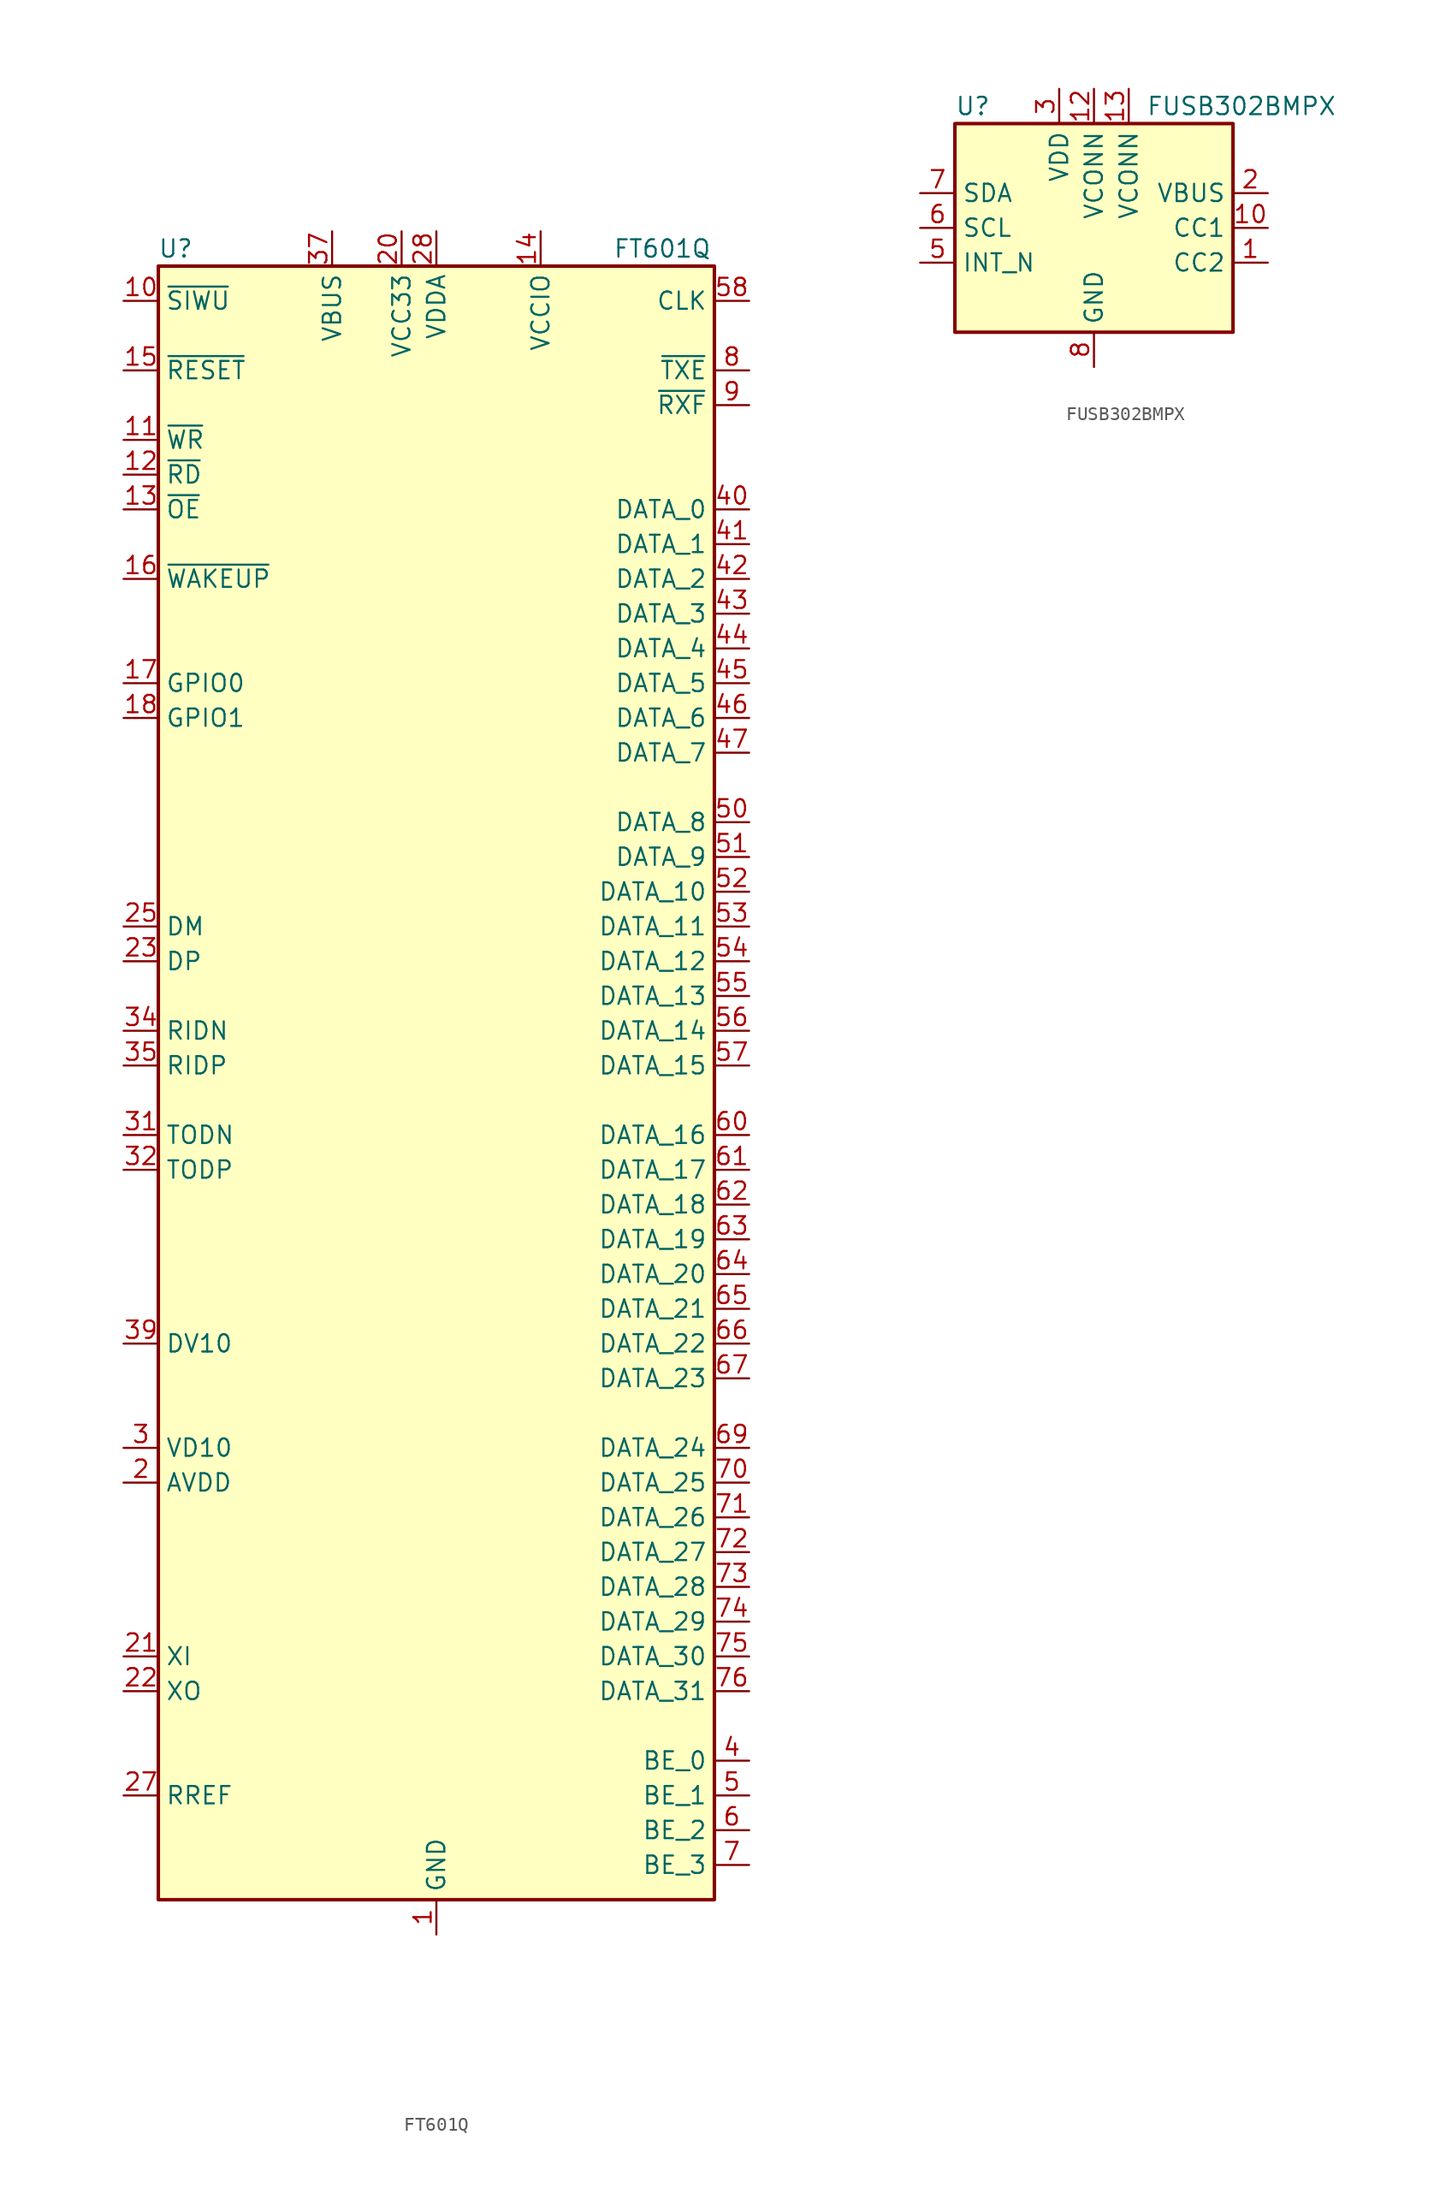
<source format=kicad_sym>
(kicad_symbol_lib
  (version 20220914)
  (generator kicad_symbol_editor)
  (symbol "FT601Q"
    (property "Reference" "U"
      (at -19.05 62.23 0)
      (effects (font (size 1.27 1.27))))
    (property "Value" "FT601Q"
      (at 16.51 62.23 0)
      (effects (font (size 1.27 1.27))))
    (symbol "FT601Q_0_1"
      (rectangle (start -20.32 60.96) (end 20.32 -58.42) (stroke (width 0.254) (type default)) (fill (type background))))
    (symbol "FT601Q_1_1"
      (pin power_in line (at 0 -60.96 90) (length 2.54) (name "GND" (effects (font (size 1.27 1.27)))) (number "1" (effects (font (size 1.27 1.27)))))
      (pin input line (at -22.86 58.42 0) (length 2.54) (name "~{SIWU}" (effects (font (size 1.27 1.27)))) (number "10" (effects (font (size 1.27 1.27)))))
      (pin input line (at -22.86 48.26 0) (length 2.54) (name "~{WR}" (effects (font (size 1.27 1.27)))) (number "11" (effects (font (size 1.27 1.27)))))
      (pin input line (at -22.86 45.72 0) (length 2.54) (name "~{RD}" (effects (font (size 1.27 1.27)))) (number "12" (effects (font (size 1.27 1.27)))))
      (pin input line (at -22.86 43.18 0) (length 2.54) (name "~{OE}" (effects (font (size 1.27 1.27)))) (number "13" (effects (font (size 1.27 1.27)))))
      (pin power_in line (at 7.62 63.5 270) (length 2.54) (name "VCCIO" (effects (font (size 1.27 1.27)))) (number "14" (effects (font (size 1.27 1.27)))))
      (pin input line (at -22.86 53.34 0) (length 2.54) (name "~{RESET}" (effects (font (size 1.27 1.27)))) (number "15" (effects (font (size 1.27 1.27)))))
      (pin bidirectional line (at -22.86 38.1 0) (length 2.54) (name "~{WAKEUP}" (effects (font (size 1.27 1.27)))) (number "16" (effects (font (size 1.27 1.27)))))
      (pin bidirectional line (at -22.86 30.48 0) (length 2.54) (name "GPIO0" (effects (font (size 1.27 1.27)))) (number "17" (effects (font (size 1.27 1.27)))))
      (pin bidirectional line (at -22.86 27.94 0) (length 2.54) (name "GPIO1" (effects (font (size 1.27 1.27)))) (number "18" (effects (font (size 1.27 1.27)))))
      (pin no_connect line (at -20.32 -48.26 0) (length 2.54) hide (name "Reserved" (effects (font (size 1.27 1.27)))) (number "19" (effects (font (size 1.27 1.27)))))
      (pin power_in line (at -22.86 -27.94 0) (length 2.54) (name "AVDD" (effects (font (size 1.27 1.27)))) (number "2" (effects (font (size 1.27 1.27)))))
      (pin power_in line (at -2.54 63.5 270) (length 2.54) (name "VCC33" (effects (font (size 1.27 1.27)))) (number "20" (effects (font (size 1.27 1.27)))))
      (pin input line (at -22.86 -40.64 0) (length 2.54) (name "XI" (effects (font (size 1.27 1.27)))) (number "21" (effects (font (size 1.27 1.27)))))
      (pin output line (at -22.86 -43.18 0) (length 2.54) (name "XO" (effects (font (size 1.27 1.27)))) (number "22" (effects (font (size 1.27 1.27)))))
      (pin bidirectional line (at -22.86 10.16 0) (length 2.54) (name "DP" (effects (font (size 1.27 1.27)))) (number "23" (effects (font (size 1.27 1.27)))))
      (pin passive line (at -2.54 63.5 270) (length 2.54) hide (name "VCC33" (effects (font (size 1.27 1.27)))) (number "24" (effects (font (size 1.27 1.27)))))
      (pin bidirectional line (at -22.86 12.7 0) (length 2.54) (name "DM" (effects (font (size 1.27 1.27)))) (number "25" (effects (font (size 1.27 1.27)))))
      (pin passive line (at 0 -60.96 90) (length 2.54) hide (name "GND" (effects (font (size 1.27 1.27)))) (number "26" (effects (font (size 1.27 1.27)))))
      (pin input line (at -22.86 -50.8 0) (length 2.54) (name "RREF" (effects (font (size 1.27 1.27)))) (number "27" (effects (font (size 1.27 1.27)))))
      (pin power_in line (at 0 63.5 270) (length 2.54) (name "VDDA" (effects (font (size 1.27 1.27)))) (number "28" (effects (font (size 1.27 1.27)))))
      (pin passive line (at 0 -60.96 90) (length 2.54) hide (name "GND" (effects (font (size 1.27 1.27)))) (number "29" (effects (font (size 1.27 1.27)))))
      (pin power_in line (at -22.86 -25.4 0) (length 2.54) (name "VD10" (effects (font (size 1.27 1.27)))) (number "3" (effects (font (size 1.27 1.27)))))
      (pin passive line (at -22.86 -25.4 0) (length 2.54) hide (name "VD10" (effects (font (size 1.27 1.27)))) (number "30" (effects (font (size 1.27 1.27)))))
      (pin output line (at -22.86 -2.54 0) (length 2.54) (name "TODN" (effects (font (size 1.27 1.27)))) (number "31" (effects (font (size 1.27 1.27)))))
      (pin output line (at -22.86 -5.08 0) (length 2.54) (name "TODP" (effects (font (size 1.27 1.27)))) (number "32" (effects (font (size 1.27 1.27)))))
      (pin passive line (at -22.86 -25.4 0) (length 2.54) hide (name "VD10" (effects (font (size 1.27 1.27)))) (number "33" (effects (font (size 1.27 1.27)))))
      (pin input line (at -22.86 5.08 0) (length 2.54) (name "RIDN" (effects (font (size 1.27 1.27)))) (number "34" (effects (font (size 1.27 1.27)))))
      (pin input line (at -22.86 2.54 0) (length 2.54) (name "RIDP" (effects (font (size 1.27 1.27)))) (number "35" (effects (font (size 1.27 1.27)))))
      (pin passive line (at 0 -60.96 90) (length 2.54) hide (name "GND" (effects (font (size 1.27 1.27)))) (number "36" (effects (font (size 1.27 1.27)))))
      (pin power_in line (at -7.62 63.5 270) (length 2.54) (name "VBUS" (effects (font (size 1.27 1.27)))) (number "37" (effects (font (size 1.27 1.27)))))
      (pin passive line (at -2.54 63.5 270) (length 2.54) hide (name "VCC33" (effects (font (size 1.27 1.27)))) (number "38" (effects (font (size 1.27 1.27)))))
      (pin power_out line (at -22.86 -17.78 0) (length 2.54) (name "DV10" (effects (font (size 1.27 1.27)))) (number "39" (effects (font (size 1.27 1.27)))))
      (pin bidirectional line (at 22.86 -48.26 180) (length 2.54) (name "BE_0" (effects (font (size 1.27 1.27)))) (number "4" (effects (font (size 1.27 1.27)))))
      (pin bidirectional line (at 22.86 43.18 180) (length 2.54) (name "DATA_0" (effects (font (size 1.27 1.27)))) (number "40" (effects (font (size 1.27 1.27)))))
      (pin bidirectional line (at 22.86 40.64 180) (length 2.54) (name "DATA_1" (effects (font (size 1.27 1.27)))) (number "41" (effects (font (size 1.27 1.27)))))
      (pin bidirectional line (at 22.86 38.1 180) (length 2.54) (name "DATA_2" (effects (font (size 1.27 1.27)))) (number "42" (effects (font (size 1.27 1.27)))))
      (pin bidirectional line (at 22.86 35.56 180) (length 2.54) (name "DATA_3" (effects (font (size 1.27 1.27)))) (number "43" (effects (font (size 1.27 1.27)))))
      (pin bidirectional line (at 22.86 33.02 180) (length 2.54) (name "DATA_4" (effects (font (size 1.27 1.27)))) (number "44" (effects (font (size 1.27 1.27)))))
      (pin bidirectional line (at 22.86 30.48 180) (length 2.54) (name "DATA_5" (effects (font (size 1.27 1.27)))) (number "45" (effects (font (size 1.27 1.27)))))
      (pin bidirectional line (at 22.86 27.94 180) (length 2.54) (name "DATA_6" (effects (font (size 1.27 1.27)))) (number "46" (effects (font (size 1.27 1.27)))))
      (pin bidirectional line (at 22.86 25.4 180) (length 2.54) (name "DATA_7" (effects (font (size 1.27 1.27)))) (number "47" (effects (font (size 1.27 1.27)))))
      (pin passive line (at -22.86 -25.4 0) (length 2.54) hide (name "VD10" (effects (font (size 1.27 1.27)))) (number "48" (effects (font (size 1.27 1.27)))))
      (pin passive line (at 7.62 63.5 270) (length 2.54) hide (name "VCCIO" (effects (font (size 1.27 1.27)))) (number "49" (effects (font (size 1.27 1.27)))))
      (pin bidirectional line (at 22.86 -50.8 180) (length 2.54) (name "BE_1" (effects (font (size 1.27 1.27)))) (number "5" (effects (font (size 1.27 1.27)))))
      (pin bidirectional line (at 22.86 20.32 180) (length 2.54) (name "DATA_8" (effects (font (size 1.27 1.27)))) (number "50" (effects (font (size 1.27 1.27)))))
      (pin bidirectional line (at 22.86 17.78 180) (length 2.54) (name "DATA_9" (effects (font (size 1.27 1.27)))) (number "51" (effects (font (size 1.27 1.27)))))
      (pin bidirectional line (at 22.86 15.24 180) (length 2.54) (name "DATA_10" (effects (font (size 1.27 1.27)))) (number "52" (effects (font (size 1.27 1.27)))))
      (pin bidirectional line (at 22.86 12.7 180) (length 2.54) (name "DATA_11" (effects (font (size 1.27 1.27)))) (number "53" (effects (font (size 1.27 1.27)))))
      (pin bidirectional line (at 22.86 10.16 180) (length 2.54) (name "DATA_12" (effects (font (size 1.27 1.27)))) (number "54" (effects (font (size 1.27 1.27)))))
      (pin bidirectional line (at 22.86 7.62 180) (length 2.54) (name "DATA_13" (effects (font (size 1.27 1.27)))) (number "55" (effects (font (size 1.27 1.27)))))
      (pin bidirectional line (at 22.86 5.08 180) (length 2.54) (name "DATA_14" (effects (font (size 1.27 1.27)))) (number "56" (effects (font (size 1.27 1.27)))))
      (pin bidirectional line (at 22.86 2.54 180) (length 2.54) (name "DATA_15" (effects (font (size 1.27 1.27)))) (number "57" (effects (font (size 1.27 1.27)))))
      (pin output line (at 22.86 58.42 180) (length 2.54) (name "CLK" (effects (font (size 1.27 1.27)))) (number "58" (effects (font (size 1.27 1.27)))))
      (pin passive line (at 7.62 63.5 270) (length 2.54) hide (name "VCCIO" (effects (font (size 1.27 1.27)))) (number "59" (effects (font (size 1.27 1.27)))))
      (pin bidirectional line (at 22.86 -53.34 180) (length 2.54) (name "BE_2" (effects (font (size 1.27 1.27)))) (number "6" (effects (font (size 1.27 1.27)))))
      (pin bidirectional line (at 22.86 -2.54 180) (length 2.54) (name "DATA_16" (effects (font (size 1.27 1.27)))) (number "60" (effects (font (size 1.27 1.27)))))
      (pin bidirectional line (at 22.86 -5.08 180) (length 2.54) (name "DATA_17" (effects (font (size 1.27 1.27)))) (number "61" (effects (font (size 1.27 1.27)))))
      (pin bidirectional line (at 22.86 -7.62 180) (length 2.54) (name "DATA_18" (effects (font (size 1.27 1.27)))) (number "62" (effects (font (size 1.27 1.27)))))
      (pin bidirectional line (at 22.86 -10.16 180) (length 2.54) (name "DATA_19" (effects (font (size 1.27 1.27)))) (number "63" (effects (font (size 1.27 1.27)))))
      (pin bidirectional line (at 22.86 -12.7 180) (length 2.54) (name "DATA_20" (effects (font (size 1.27 1.27)))) (number "64" (effects (font (size 1.27 1.27)))))
      (pin bidirectional line (at 22.86 -15.24 180) (length 2.54) (name "DATA_21" (effects (font (size 1.27 1.27)))) (number "65" (effects (font (size 1.27 1.27)))))
      (pin bidirectional line (at 22.86 -17.78 180) (length 2.54) (name "DATA_22" (effects (font (size 1.27 1.27)))) (number "66" (effects (font (size 1.27 1.27)))))
      (pin bidirectional line (at 22.86 -20.32 180) (length 2.54) (name "DATA_23" (effects (font (size 1.27 1.27)))) (number "67" (effects (font (size 1.27 1.27)))))
      (pin passive line (at 7.62 63.5 270) (length 2.54) hide (name "VCCIO" (effects (font (size 1.27 1.27)))) (number "68" (effects (font (size 1.27 1.27)))))
      (pin bidirectional line (at 22.86 -25.4 180) (length 2.54) (name "DATA_24" (effects (font (size 1.27 1.27)))) (number "69" (effects (font (size 1.27 1.27)))))
      (pin bidirectional line (at 22.86 -55.88 180) (length 2.54) (name "BE_3" (effects (font (size 1.27 1.27)))) (number "7" (effects (font (size 1.27 1.27)))))
      (pin bidirectional line (at 22.86 -27.94 180) (length 2.54) (name "DATA_25" (effects (font (size 1.27 1.27)))) (number "70" (effects (font (size 1.27 1.27)))))
      (pin bidirectional line (at 22.86 -30.48 180) (length 2.54) (name "DATA_26" (effects (font (size 1.27 1.27)))) (number "71" (effects (font (size 1.27 1.27)))))
      (pin bidirectional line (at 22.86 -33.02 180) (length 2.54) (name "DATA_27" (effects (font (size 1.27 1.27)))) (number "72" (effects (font (size 1.27 1.27)))))
      (pin bidirectional line (at 22.86 -35.56 180) (length 2.54) (name "DATA_28" (effects (font (size 1.27 1.27)))) (number "73" (effects (font (size 1.27 1.27)))))
      (pin bidirectional line (at 22.86 -38.1 180) (length 2.54) (name "DATA_29" (effects (font (size 1.27 1.27)))) (number "74" (effects (font (size 1.27 1.27)))))
      (pin bidirectional line (at 22.86 -40.64 180) (length 2.54) (name "DATA_30" (effects (font (size 1.27 1.27)))) (number "75" (effects (font (size 1.27 1.27)))))
      (pin bidirectional line (at 22.86 -43.18 180) (length 2.54) (name "DATA_31" (effects (font (size 1.27 1.27)))) (number "76" (effects (font (size 1.27 1.27)))))
      (pin passive line (at 0 -60.96 90) (length 2.54) hide (name "GND" (effects (font (size 1.27 1.27)))) (number "77" (effects (font (size 1.27 1.27)))))
      (pin output line (at 22.86 53.34 180) (length 2.54) (name "~{TXE}" (effects (font (size 1.27 1.27)))) (number "8" (effects (font (size 1.27 1.27)))))
      (pin output line (at 22.86 50.8 180) (length 2.54) (name "~{RXF}" (effects (font (size 1.27 1.27)))) (number "9" (effects (font (size 1.27 1.27)))))))
  (symbol "FUSB302BMPX"
    (property "Reference" "U"
      (at -10.16 8.89 0)
      (effects (font (size 1.27 1.27)) (justify left)))
    (property "Value" "FUSB302BMPX"
      (at 3.81 8.89 0)
      (effects (font (size 1.27 1.27)) (justify left)))
    (symbol "FUSB302BMPX_0_1"
      (rectangle (start -10.16 7.62) (end 10.16 -7.62) (stroke (width 0.254) (type default)) (fill (type background))))
    (symbol "FUSB302BMPX_1_1"
      (pin bidirectional line (at 12.7 -2.54 180) (length 2.54) (name "CC2" (effects (font (size 1.27 1.27)))) (number "1" (effects (font (size 1.27 1.27)))))
      (pin bidirectional line (at 12.7 0 180) (length 2.54) (name "CC1" (effects (font (size 1.27 1.27)))) (number "10" (effects (font (size 1.27 1.27)))))
      (pin bidirectional line (at 12.7 0 180) (length 2.54) hide (name "CC1" (effects (font (size 1.27 1.27)))) (number "11" (effects (font (size 1.27 1.27)))))
      (pin power_in line (at 0 10.16 270) (length 2.54) (name "VCONN" (effects (font (size 1.27 1.27)))) (number "12" (effects (font (size 1.27 1.27)))))
      (pin power_in line (at 2.54 10.16 270) (length 2.54) (name "VCONN" (effects (font (size 1.27 1.27)))) (number "13" (effects (font (size 1.27 1.27)))))
      (pin bidirectional line (at 12.7 -2.54 180) (length 2.54) hide (name "CC2" (effects (font (size 1.27 1.27)))) (number "14" (effects (font (size 1.27 1.27)))))
      (pin passive line (at 0 -10.16 90) (length 2.54) hide (name "GND" (effects (font (size 1.27 1.27)))) (number "15" (effects (font (size 1.27 1.27)))))
      (pin input line (at 12.7 2.54 180) (length 2.54) (name "VBUS" (effects (font (size 1.27 1.27)))) (number "2" (effects (font (size 1.27 1.27)))))
      (pin power_in line (at -2.54 10.16 270) (length 2.54) (name "VDD" (effects (font (size 1.27 1.27)))) (number "3" (effects (font (size 1.27 1.27)))))
      (pin passive line (at -2.54 10.16 270) (length 2.54) hide (name "VDD" (effects (font (size 1.27 1.27)))) (number "4" (effects (font (size 1.27 1.27)))))
      (pin open_collector line (at -12.7 -2.54 0) (length 2.54) (name "INT_N" (effects (font (size 1.27 1.27)))) (number "5" (effects (font (size 1.27 1.27)))))
      (pin input line (at -12.7 0 0) (length 2.54) (name "SCL" (effects (font (size 1.27 1.27)))) (number "6" (effects (font (size 1.27 1.27)))))
      (pin bidirectional line (at -12.7 2.54 0) (length 2.54) (name "SDA" (effects (font (size 1.27 1.27)))) (number "7" (effects (font (size 1.27 1.27)))))
      (pin power_in line (at 0 -10.16 90) (length 2.54) (name "GND" (effects (font (size 1.27 1.27)))) (number "8" (effects (font (size 1.27 1.27)))))
      (pin passive line (at 0 -10.16 90) (length 2.54) hide (name "GND" (effects (font (size 1.27 1.27)))) (number "9" (effects (font (size 1.27 1.27))))))))
</source>
